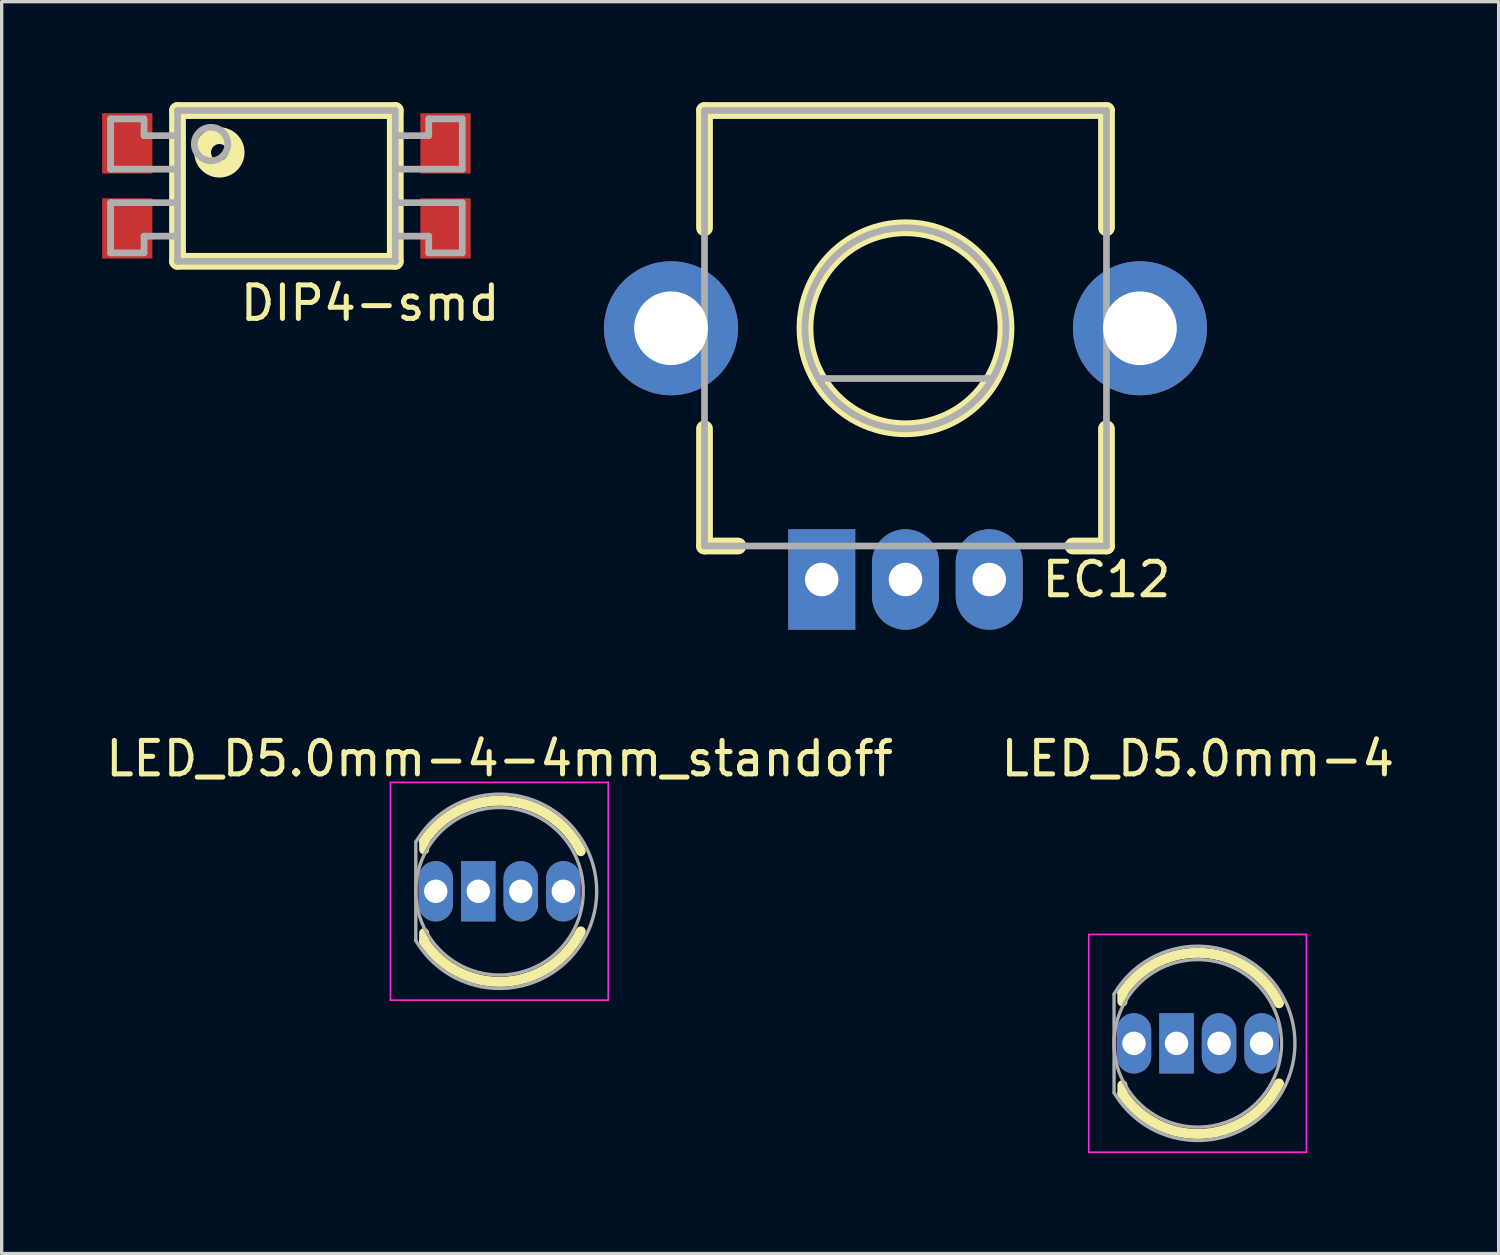
<source format=kicad_pcb>
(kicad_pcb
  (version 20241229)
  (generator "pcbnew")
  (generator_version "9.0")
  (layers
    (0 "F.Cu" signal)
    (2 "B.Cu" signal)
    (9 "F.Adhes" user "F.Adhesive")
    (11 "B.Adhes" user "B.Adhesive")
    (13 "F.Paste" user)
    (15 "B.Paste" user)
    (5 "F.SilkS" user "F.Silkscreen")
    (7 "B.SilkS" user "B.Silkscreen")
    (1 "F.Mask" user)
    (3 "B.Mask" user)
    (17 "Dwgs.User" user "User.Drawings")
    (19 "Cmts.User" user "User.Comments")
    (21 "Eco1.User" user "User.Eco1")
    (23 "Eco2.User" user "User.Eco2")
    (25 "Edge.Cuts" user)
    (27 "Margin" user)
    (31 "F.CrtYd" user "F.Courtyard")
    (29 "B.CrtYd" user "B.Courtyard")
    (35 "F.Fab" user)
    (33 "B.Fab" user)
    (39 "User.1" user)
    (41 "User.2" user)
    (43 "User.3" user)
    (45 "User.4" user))
  (footprint "LED_D5.0mm-4-4mm_standoff"
    (layer "F.Cu")
    (at 11.863 23.558)
    (property "Reference" "LED_D5.0mm-4-4mm_standoff" (at 0 -3.96 0) (layer "F.SilkS") (effects (font (size 1 1) (thickness 0.15))))
    (attr through_hole)
    (fp_line (start -2.25 -1.25) (end -2.25 -1.5) (stroke (width 0.3) (type solid)) (layer "F.SilkS"))
    (fp_line (start -2.25 1.5) (end -2.25 1.25) (stroke (width 0.3) (type solid)) (layer "F.SilkS"))
    (fp_arc (start -2.25 -1.5) (mid 0.174038 -2.698557) (end 2.424038 -1.198557) (stroke (width 0.3) (type solid)) (layer "F.SilkS"))
    (fp_arc (start 2.424038 1.198557) (mid 0.174038 2.698557) (end -2.25 1.5) (stroke (width 0.3) (type solid)) (layer "F.SilkS"))
    (fp_line (start -3.255 -3.25) (end -3.255 3.25) (stroke (width 0.05) (type solid)) (layer "F.CrtYd"))
    (fp_line (start -3.255 3.25) (end 3.245 3.25) (stroke (width 0.05) (type solid)) (layer "F.CrtYd"))
    (fp_line (start 3.245 -3.25) (end -3.255 -3.25) (stroke (width 0.05) (type solid)) (layer "F.CrtYd"))
    (fp_line (start 3.245 3.25) (end 3.245 -3.25) (stroke (width 0.05) (type solid)) (layer "F.CrtYd"))
    (fp_line (start -2.5 -1.47) (end -2.5 1.47) (stroke (width 0.1) (type solid)) (layer "F.Fab"))
    (fp_arc (start -2.5 -1.469694) (mid 2.9 0.000016) (end -2.500016 1.469666) (stroke (width 0.1) (type solid)) (layer "F.Fab"))
    (fp_circle (center 0 0) (end 2.5 0) (stroke (width 0.1) (type solid)) (fill no) (layer "F.Fab"))
    (pad "1" thru_hole oval (at -1.905 0) (size 1.03 1.8) (drill 0.7) (layers "*.Cu" "*.Mask"))
    (pad "2" thru_hole rect (at -0.635 0) (size 1.03 1.8) (drill 0.7) (layers "*.Cu" "*.Mask"))
    (pad "3" thru_hole oval (at 0.635 0) (size 1.03 1.8) (drill 0.7) (layers "*.Cu" "*.Mask"))
    (pad "4" thru_hole oval (at 1.905 0) (size 1.03 1.8) (drill 0.7) (layers "*.Cu" "*.Mask")))
  (footprint "DIP4-smd"
    (layer "F.Cu")
    (at 5.5 2.5)
    (property "Reference" "DIP4-smd" (at 2.5 3.5 0) (layer "F.SilkS") (effects (font (size 1 1) (thickness 0.15))))
    (attr through_hole)
    (fp_line (start -3.25 -2.25) (end -3.25 2.25) (stroke (width 0.5) (type solid)) (layer "F.SilkS"))
    (fp_line (start -3.25 2.25) (end 3.25 2.25) (stroke (width 0.5) (type solid)) (layer "F.SilkS"))
    (fp_line (start 3.25 -2.25) (end -3.25 -2.25) (stroke (width 0.5) (type solid)) (layer "F.SilkS"))
    (fp_line (start 3.25 2.25) (end 3.25 -2.25) (stroke (width 0.5) (type solid)) (layer "F.SilkS"))
    (fp_circle (center -2 -1) (end -2 -1.5) (stroke (width 0.5) (type solid)) (fill no) (layer "F.SilkS"))
    (fp_line (start -5.25 -2) (end -5.25 -0.5) (stroke (width 0.2) (type solid)) (layer "F.Fab"))
    (fp_line (start -5.25 -0.5) (end -3.25 -0.5) (stroke (width 0.2) (type solid)) (layer "F.Fab"))
    (fp_line (start -5.25 0.5) (end -5.25 2) (stroke (width 0.2) (type solid)) (layer "F.Fab"))
    (fp_line (start -5.25 2) (end -4.25 2) (stroke (width 0.2) (type solid)) (layer "F.Fab"))
    (fp_line (start -4.25 -2) (end -5.25 -2) (stroke (width 0.2) (type solid)) (layer "F.Fab"))
    (fp_line (start -4.25 -1.5) (end -4.25 -2) (stroke (width 0.2) (type solid)) (layer "F.Fab"))
    (fp_line (start -4.25 1.5) (end -3.25 1.5) (stroke (width 0.2) (type solid)) (layer "F.Fab"))
    (fp_line (start -4.25 2) (end -4.25 1.5) (stroke (width 0.2) (type solid)) (layer "F.Fab"))
    (fp_line (start -3.25 -2.25) (end 3.25 -2.25) (stroke (width 0.2) (type solid)) (layer "F.Fab"))
    (fp_line (start -3.25 -1.5) (end -4.25 -1.5) (stroke (width 0.2) (type solid)) (layer "F.Fab"))
    (fp_line (start -3.25 0.5) (end -5.25 0.5) (stroke (width 0.2) (type solid)) (layer "F.Fab"))
    (fp_line (start -3.25 2.25) (end -3.25 -2.25) (stroke (width 0.2) (type solid)) (layer "F.Fab"))
    (fp_line (start 3.25 -2.25) (end 3.25 2.25) (stroke (width 0.2) (type solid)) (layer "F.Fab"))
    (fp_line (start 3.25 -1.5) (end 4.25 -1.5) (stroke (width 0.2) (type solid)) (layer "F.Fab"))
    (fp_line (start 3.25 0.5) (end 5.25 0.5) (stroke (width 0.2) (type solid)) (layer "F.Fab"))
    (fp_line (start 3.25 2.25) (end -3.25 2.25) (stroke (width 0.2) (type solid)) (layer "F.Fab"))
    (fp_line (start 4.25 -2) (end 5.25 -2) (stroke (width 0.2) (type solid)) (layer "F.Fab"))
    (fp_line (start 4.25 -1.5) (end 4.25 -2) (stroke (width 0.2) (type solid)) (layer "F.Fab"))
    (fp_line (start 4.25 1.5) (end 3.25 1.5) (stroke (width 0.2) (type solid)) (layer "F.Fab"))
    (fp_line (start 4.25 2) (end 4.25 1.5) (stroke (width 0.2) (type solid)) (layer "F.Fab"))
    (fp_line (start 5.25 -2) (end 5.25 -0.5) (stroke (width 0.2) (type solid)) (layer "F.Fab"))
    (fp_line (start 5.25 -0.5) (end 3.25 -0.5) (stroke (width 0.2) (type solid)) (layer "F.Fab"))
    (fp_line (start 5.25 0.5) (end 5.25 2) (stroke (width 0.2) (type solid)) (layer "F.Fab"))
    (fp_line (start 5.25 2) (end 4.25 2) (stroke (width 0.2) (type solid)) (layer "F.Fab"))
    (fp_circle (center -2.25 -1.25) (end -2.25 -1.75) (stroke (width 0.2) (type solid)) (fill no) (layer "F.Fab"))
    (pad "1" smd rect (at -4.75 -1.27) (size 1.5 1.8) (layers "F.Cu" "F.Mask" "F.Paste"))
    (pad "2" smd rect (at -4.75 1.27) (size 1.5 1.8) (layers "F.Cu" "F.Mask" "F.Paste"))
    (pad "3" smd rect (at 4.75 1.27) (size 1.5 1.8) (layers "F.Cu" "F.Mask" "F.Paste"))
    (pad "4" smd rect (at 4.75 -1.27) (size 1.5 1.8) (layers "F.Cu" "F.Mask" "F.Paste")))
  (footprint "EC12"
    (layer "F.Cu")
    (at 23.982 6.75)
    (property "Reference" "EC12" (at 6 7.5 0) (layer "F.SilkS") (effects (font (size 1 1) (thickness 0.15))))
    (attr through_hole)
    (fp_line (start -6 -6.5) (end 6 -6.5) (stroke (width 0.5) (type solid)) (layer "F.SilkS"))
    (fp_line (start -6 -3) (end -6 -6.5) (stroke (width 0.5) (type solid)) (layer "F.SilkS"))
    (fp_line (start -6 3) (end -6 6.5) (stroke (width 0.5) (type solid)) (layer "F.SilkS"))
    (fp_line (start -6 6.5) (end -5 6.5) (stroke (width 0.5) (type solid)) (layer "F.SilkS"))
    (fp_line (start 5 6.5) (end 6 6.5) (stroke (width 0.5) (type solid)) (layer "F.SilkS"))
    (fp_line (start 6 -6.5) (end 6 -3) (stroke (width 0.5) (type solid)) (layer "F.SilkS"))
    (fp_line (start 6 6.5) (end 6 3) (stroke (width 0.5) (type solid)) (layer "F.SilkS"))
    (fp_circle (center 0 0) (end 0 -3) (stroke (width 0.5) (type solid)) (fill no) (layer "F.SilkS"))
    (fp_line (start -6 -6.5) (end 6 -6.5) (stroke (width 0.2) (type solid)) (layer "F.Fab"))
    (fp_line (start -6 6.5) (end -6 -6.5) (stroke (width 0.2) (type solid)) (layer "F.Fab"))
    (fp_line (start -2.5 1.5) (end 2.5 1.5) (stroke (width 0.2) (type solid)) (layer "F.Fab"))
    (fp_line (start 6 -6.5) (end 6 6.5) (stroke (width 0.2) (type solid)) (layer "F.Fab"))
    (fp_line (start 6 6.5) (end -6 6.5) (stroke (width 0.2) (type solid)) (layer "F.Fab"))
    (fp_circle (center 0 0) (end 0 -3) (stroke (width 0.2) (type solid)) (fill no) (layer "F.Fab"))
    (pad "0" thru_hole circle (at -7 0) (size 4 4) (drill 2.2) (layers "*.Cu" "*.Mask"))
    (pad "0" thru_hole circle (at 7 0) (size 4 4) (drill 2.2) (layers "*.Cu" "*.Mask"))
    (pad "1" thru_hole rect (at -2.5 7.5) (size 2 3) (drill 1) (layers "*.Cu" "*.Mask"))
    (pad "2" thru_hole oval (at 0 7.5) (size 2 3) (drill 1) (layers "*.Cu" "*.Mask"))
    (pad "3" thru_hole oval (at 2.5 7.5) (size 2 3) (drill 1) (layers "*.Cu" "*.Mask")))
  (footprint "LED_D5.0mm-4"
    (layer "F.Cu")
    (at 32.708 28.098)
    (property "Reference" "LED_D5.0mm-4" (at 0 -8.5 0) (layer "F.SilkS") (effects (font (size 1 1) (thickness 0.15))))
    (attr through_hole)
    (fp_line (start -2.25 -1.5) (end -2.25 -1.25) (stroke (width 0.3) (type solid)) (layer "F.SilkS"))
    (fp_line (start -2.25 1.5) (end -2.25 1.25) (stroke (width 0.3) (type solid)) (layer "F.SilkS"))
    (fp_arc (start -2.25 -1.5) (mid 0.174038 -2.698557) (end 2.424038 -1.198557) (stroke (width 0.3) (type solid)) (layer "F.SilkS"))
    (fp_arc (start 2.424038 1.198557) (mid 0.174038 2.698557) (end -2.25 1.5) (stroke (width 0.3) (type solid)) (layer "F.SilkS"))
    (fp_line (start -3.255 -3.25) (end -3.255 3.25) (stroke (width 0.05) (type solid)) (layer "F.CrtYd"))
    (fp_line (start -3.255 3.25) (end 3.245 3.25) (stroke (width 0.05) (type solid)) (layer "F.CrtYd"))
    (fp_line (start 3.245 -3.25) (end -3.255 -3.25) (stroke (width 0.05) (type solid)) (layer "F.CrtYd"))
    (fp_line (start 3.245 3.25) (end 3.245 -3.25) (stroke (width 0.05) (type solid)) (layer "F.CrtYd"))
    (fp_line (start -2.5 -1.47) (end -2.5 1.47) (stroke (width 0.1) (type solid)) (layer "F.Fab"))
    (fp_arc (start -2.5 -1.469694) (mid 2.9 0.000016) (end -2.500016 1.469666) (stroke (width 0.1) (type solid)) (layer "F.Fab"))
    (fp_circle (center 0 0) (end 2.5 0) (stroke (width 0.1) (type solid)) (fill no) (layer "F.Fab"))
    (pad "1" thru_hole oval (at -1.905 0) (size 1.03 1.8) (drill 0.7) (layers "*.Cu" "*.Mask"))
    (pad "2" thru_hole rect (at -0.635 0) (size 1.03 1.8) (drill 0.7) (layers "*.Cu" "*.Mask"))
    (pad "3" thru_hole oval (at 0.635 0) (size 1.03 1.8) (drill 0.7) (layers "*.Cu" "*.Mask"))
    (pad "4" thru_hole oval (at 1.905 0) (size 1.03 1.8) (drill 0.7) (layers "*.Cu" "*.Mask")))
  (gr_rect
    (start -3 -3)
    (end 41.69 34.373)
    (stroke (width 0.1) (type default))
    (fill no)
    (layer "Edge.Cuts")))
</source>
